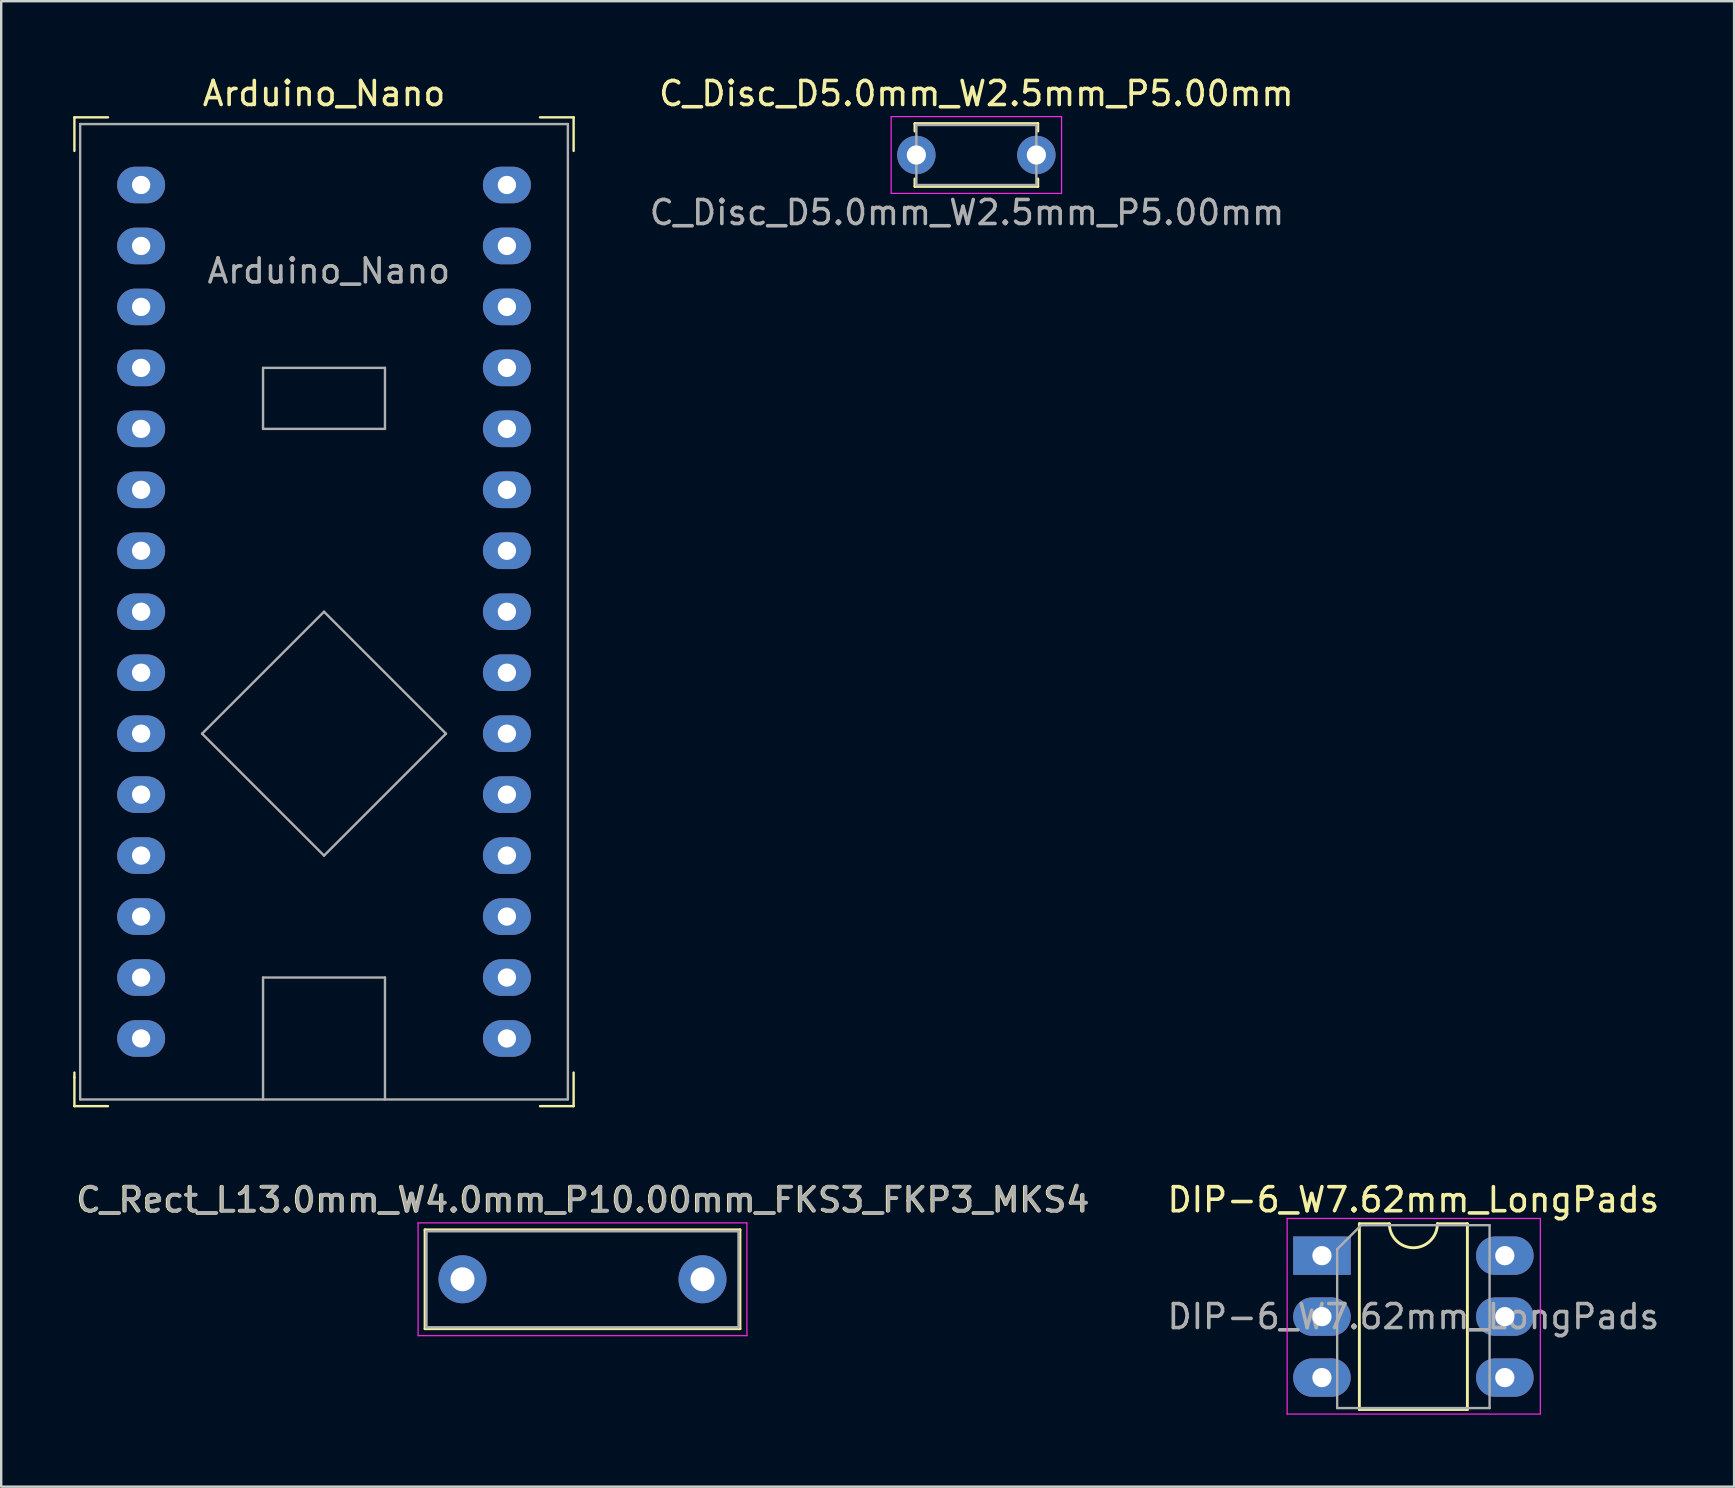
<source format=kicad_pcb>
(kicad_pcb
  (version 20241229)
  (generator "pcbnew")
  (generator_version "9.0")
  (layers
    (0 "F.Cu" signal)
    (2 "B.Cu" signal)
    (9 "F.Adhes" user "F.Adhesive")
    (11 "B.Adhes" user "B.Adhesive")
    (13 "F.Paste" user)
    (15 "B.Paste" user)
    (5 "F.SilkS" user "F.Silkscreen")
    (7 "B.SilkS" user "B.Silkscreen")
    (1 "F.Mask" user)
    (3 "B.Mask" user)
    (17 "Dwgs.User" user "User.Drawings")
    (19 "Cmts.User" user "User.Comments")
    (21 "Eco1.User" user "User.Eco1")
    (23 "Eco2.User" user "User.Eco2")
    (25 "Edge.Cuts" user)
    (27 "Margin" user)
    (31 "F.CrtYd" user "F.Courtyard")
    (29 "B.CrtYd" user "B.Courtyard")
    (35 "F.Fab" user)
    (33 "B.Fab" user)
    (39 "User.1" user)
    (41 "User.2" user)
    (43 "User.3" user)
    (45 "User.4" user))
  (footprint "DIP-6_W7.62mm_LongPads"
    (layer "F.Cu")
    (at 52.028 49.267)
    (property "Reference" "DIP-6_W7.62mm_LongPads" (at 3.81 -2.33 0) (layer "F.SilkS") (effects (font (size 1 1) (thickness 0.15))))
    (attr through_hole)
    (fp_line (start 1.56 -1.33) (end 1.56 6.41) (stroke (width 0.12) (type solid)) (layer "F.SilkS"))
    (fp_line (start 1.56 6.41) (end 6.06 6.41) (stroke (width 0.12) (type solid)) (layer "F.SilkS"))
    (fp_line (start 2.81 -1.33) (end 1.56 -1.33) (stroke (width 0.12) (type solid)) (layer "F.SilkS"))
    (fp_line (start 6.06 -1.33) (end 4.81 -1.33) (stroke (width 0.12) (type solid)) (layer "F.SilkS"))
    (fp_line (start 6.06 6.41) (end 6.06 -1.33) (stroke (width 0.12) (type solid)) (layer "F.SilkS"))
    (fp_arc (start 4.81 -1.33) (mid 3.81 -0.33) (end 2.81 -1.33) (stroke (width 0.12) (type solid)) (layer "F.SilkS"))
    (fp_line (start -1.45 -1.55) (end -1.45 6.6) (stroke (width 0.05) (type solid)) (layer "F.CrtYd"))
    (fp_line (start -1.45 6.6) (end 9.1 6.6) (stroke (width 0.05) (type solid)) (layer "F.CrtYd"))
    (fp_line (start 9.1 -1.55) (end -1.45 -1.55) (stroke (width 0.05) (type solid)) (layer "F.CrtYd"))
    (fp_line (start 9.1 6.6) (end 9.1 -1.55) (stroke (width 0.05) (type solid)) (layer "F.CrtYd"))
    (fp_line (start 0.635 -0.27) (end 1.635 -1.27) (stroke (width 0.1) (type solid)) (layer "F.Fab"))
    (fp_line (start 0.635 6.35) (end 0.635 -0.27) (stroke (width 0.1) (type solid)) (layer "F.Fab"))
    (fp_line (start 1.635 -1.27) (end 6.985 -1.27) (stroke (width 0.1) (type solid)) (layer "F.Fab"))
    (fp_line (start 6.985 -1.27) (end 6.985 6.35) (stroke (width 0.1) (type solid)) (layer "F.Fab"))
    (fp_line (start 6.985 6.35) (end 0.635 6.35) (stroke (width 0.1) (type solid)) (layer "F.Fab"))
    (fp_text user "${REFERENCE}" (at 3.81 2.54 0) (layer "F.Fab") (effects (font (size 1 1) (thickness 0.15))))
    (pad "1" thru_hole rect (at 0 0) (size 2.4 1.6) (drill 0.8) (layers "*.Cu" "*.Mask"))
    (pad "2" thru_hole oval (at 0 2.54) (size 2.4 1.6) (drill 0.8) (layers "*.Cu" "*.Mask"))
    (pad "3" thru_hole oval (at 0 5.08) (size 2.4 1.6) (drill 0.8) (layers "*.Cu" "*.Mask"))
    (pad "4" thru_hole oval (at 7.62 5.08) (size 2.4 1.6) (drill 0.8) (layers "*.Cu" "*.Mask"))
    (pad "5" thru_hole oval (at 7.62 2.54) (size 2.4 1.6) (drill 0.8) (layers "*.Cu" "*.Mask"))
    (pad "6" thru_hole oval (at 7.62 0) (size 2.4 1.6) (drill 0.8) (layers "*.Cu" "*.Mask")))
  (footprint "Arduino_Nano"
    (layer "F.Cu")
    (at 10.45 22.438)
    (property "Reference" "Arduino_Nano" (at 0 -21.59 0) (layer "F.SilkS") (effects (font (size 1 1) (thickness 0.15))))
    (attr through_hole)
    (fp_line (start -10.4 -20.6) (end -10.4 -19.2) (stroke (width 0.1) (type solid)) (layer "F.SilkS"))
    (fp_line (start -10.4 -20.6) (end -9 -20.6) (stroke (width 0.1) (type solid)) (layer "F.SilkS"))
    (fp_line (start -10.4 19.4) (end -10.4 19.2) (stroke (width 0.1) (type solid)) (layer "F.SilkS"))
    (fp_line (start -10.4 20.6) (end -10.4 19.4) (stroke (width 0.1) (type solid)) (layer "F.SilkS"))
    (fp_line (start -10.4 20.6) (end -9 20.6) (stroke (width 0.1) (type solid)) (layer "F.SilkS"))
    (fp_line (start 10.4 -20.6) (end 9 -20.6) (stroke (width 0.1) (type solid)) (layer "F.SilkS"))
    (fp_line (start 10.4 -20.6) (end 10.4 -19.2) (stroke (width 0.1) (type solid)) (layer "F.SilkS"))
    (fp_line (start 10.4 20.6) (end 9 20.6) (stroke (width 0.1) (type solid)) (layer "F.SilkS"))
    (fp_line (start 10.4 20.6) (end 10.4 19.2) (stroke (width 0.1) (type solid)) (layer "F.SilkS"))
    (fp_line (start -10.16 -20.32) (end 10.16 -20.32) (stroke (width 0.1) (type solid)) (layer "F.Fab"))
    (fp_line (start -10.16 20.32) (end -10.16 -20.32) (stroke (width 0.1) (type solid)) (layer "F.Fab"))
    (fp_line (start -5.08 5.08) (end 0 0) (stroke (width 0.1) (type solid)) (layer "F.Fab"))
    (fp_line (start -2.54 -10.16) (end 2.54 -10.16) (stroke (width 0.1) (type solid)) (layer "F.Fab"))
    (fp_line (start -2.54 -7.62) (end -2.54 -10.16) (stroke (width 0.1) (type solid)) (layer "F.Fab"))
    (fp_line (start -2.54 15.24) (end 2.54 15.24) (stroke (width 0.1) (type solid)) (layer "F.Fab"))
    (fp_line (start -2.54 20.32) (end -2.54 15.24) (stroke (width 0.1) (type solid)) (layer "F.Fab"))
    (fp_line (start 0 0) (end 5.08 5.08) (stroke (width 0.1) (type solid)) (layer "F.Fab"))
    (fp_line (start 0 10.16) (end -5.08 5.08) (stroke (width 0.1) (type solid)) (layer "F.Fab"))
    (fp_line (start 2.54 -10.16) (end 2.54 -7.62) (stroke (width 0.1) (type solid)) (layer "F.Fab"))
    (fp_line (start 2.54 -7.62) (end -2.54 -7.62) (stroke (width 0.1) (type solid)) (layer "F.Fab"))
    (fp_line (start 2.54 15.24) (end 2.54 20.32) (stroke (width 0.1) (type solid)) (layer "F.Fab"))
    (fp_line (start 5.08 5.08) (end 0 10.16) (stroke (width 0.1) (type solid)) (layer "F.Fab"))
    (fp_line (start 10.16 -20.32) (end 10.16 20.32) (stroke (width 0.1) (type solid)) (layer "F.Fab"))
    (fp_line (start 10.16 20.32) (end -10.16 20.32) (stroke (width 0.1) (type solid)) (layer "F.Fab"))
    (fp_text user "${REFERENCE}" (at 0.2 -14.2 0) (layer "F.Fab") (effects (font (size 1 1) (thickness 0.15))))
    (pad "1" thru_hole oval (at -7.62 -17.78) (size 2 1.524) (drill 0.762) (layers "*.Cu" "*.Mask"))
    (pad "2" thru_hole oval (at -7.62 -15.24) (size 2 1.524) (drill 0.762) (layers "*.Cu" "*.Mask"))
    (pad "3" thru_hole oval (at -7.62 -12.7) (size 2 1.524) (drill 0.762) (layers "*.Cu" "*.Mask"))
    (pad "4" thru_hole oval (at -7.62 -10.16) (size 2 1.524) (drill 0.762) (layers "*.Cu" "*.Mask"))
    (pad "5" thru_hole oval (at -7.62 -7.62) (size 2 1.524) (drill 0.762) (layers "*.Cu" "*.Mask"))
    (pad "6" thru_hole oval (at -7.62 -5.08) (size 2 1.524) (drill 0.762) (layers "*.Cu" "*.Mask"))
    (pad "7" thru_hole oval (at -7.62 -2.54) (size 2 1.524) (drill 0.762) (layers "*.Cu" "*.Mask"))
    (pad "8" thru_hole oval (at -7.62 0) (size 2 1.524) (drill 0.762) (layers "*.Cu" "*.Mask"))
    (pad "9" thru_hole oval (at -7.62 2.54) (size 2 1.524) (drill 0.762) (layers "*.Cu" "*.Mask"))
    (pad "10" thru_hole oval (at -7.62 5.08) (size 2 1.524) (drill 0.762) (layers "*.Cu" "*.Mask"))
    (pad "11" thru_hole oval (at -7.62 7.62) (size 2 1.524) (drill 0.762) (layers "*.Cu" "*.Mask"))
    (pad "12" thru_hole oval (at -7.62 10.16) (size 2 1.524) (drill 0.762) (layers "*.Cu" "*.Mask"))
    (pad "13" thru_hole oval (at -7.62 12.7) (size 2 1.524) (drill 0.762) (layers "*.Cu" "*.Mask"))
    (pad "14" thru_hole oval (at -7.62 15.24) (size 2 1.524) (drill 0.762) (layers "*.Cu" "*.Mask"))
    (pad "15" thru_hole oval (at -7.62 17.78) (size 2 1.524) (drill 0.762) (layers "*.Cu" "*.Mask"))
    (pad "16" thru_hole oval (at 7.62 17.78) (size 2 1.524) (drill 0.762) (layers "*.Cu" "*.Mask"))
    (pad "17" thru_hole oval (at 7.62 15.24) (size 2 1.524) (drill 0.762) (layers "*.Cu" "*.Mask"))
    (pad "18" thru_hole oval (at 7.62 12.7) (size 2 1.524) (drill 0.762) (layers "*.Cu" "*.Mask"))
    (pad "19" thru_hole oval (at 7.62 10.16) (size 2 1.524) (drill 0.762) (layers "*.Cu" "*.Mask"))
    (pad "20" thru_hole oval (at 7.62 7.62) (size 2 1.524) (drill 0.762) (layers "*.Cu" "*.Mask"))
    (pad "21" thru_hole oval (at 7.62 5.08) (size 2 1.524) (drill 0.762) (layers "*.Cu" "*.Mask"))
    (pad "22" thru_hole oval (at 7.62 2.54) (size 2 1.524) (drill 0.762) (layers "*.Cu" "*.Mask"))
    (pad "23" thru_hole oval (at 7.62 0) (size 2 1.524) (drill 0.762) (layers "*.Cu" "*.Mask"))
    (pad "24" thru_hole oval (at 7.62 -2.54) (size 2 1.524) (drill 0.762) (layers "*.Cu" "*.Mask"))
    (pad "25" thru_hole oval (at 7.62 -5.08) (size 2 1.524) (drill 0.762) (layers "*.Cu" "*.Mask"))
    (pad "26" thru_hole oval (at 7.62 -7.62) (size 2 1.524) (drill 0.762) (layers "*.Cu" "*.Mask"))
    (pad "27" thru_hole oval (at 7.62 -10.16) (size 2 1.524) (drill 0.762) (layers "*.Cu" "*.Mask"))
    (pad "28" thru_hole oval (at 7.62 -12.7) (size 2 1.524) (drill 0.762) (layers "*.Cu" "*.Mask"))
    (pad "29" thru_hole oval (at 7.62 -15.24) (size 2 1.524) (drill 0.762) (layers "*.Cu" "*.Mask"))
    (pad "30" thru_hole oval (at 7.62 -17.78) (size 2 1.524) (drill 0.762) (layers "*.Cu" "*.Mask")))
  (footprint "C_Rect_L13.0mm_W4.0mm_P10.00mm_FKS3_FKP3_MKS4"
    (layer "F.Cu")
    (at 16.22 50.251)
    (property "Reference" "C_Rect_L13.0mm_W4.0mm_P10.00mm_FKS3_FKP3_MKS4" (at 5 -3.31 0) (layer "F.SilkS") (effects (font (size 1 1) (thickness 0.15))))
    (attr through_hole)
    (fp_line (start -1.56 -2.06) (end -1.56 2.06) (stroke (width 0.12) (type solid)) (layer "F.SilkS"))
    (fp_line (start -1.56 -2.06) (end 11.56 -2.06) (stroke (width 0.12) (type solid)) (layer "F.SilkS"))
    (fp_line (start -1.56 2.06) (end 11.56 2.06) (stroke (width 0.12) (type solid)) (layer "F.SilkS"))
    (fp_line (start 11.56 -2.06) (end 11.56 2.06) (stroke (width 0.12) (type solid)) (layer "F.SilkS"))
    (fp_line (start -1.85 -2.35) (end -1.85 2.35) (stroke (width 0.05) (type solid)) (layer "F.CrtYd"))
    (fp_line (start -1.85 2.35) (end 11.85 2.35) (stroke (width 0.05) (type solid)) (layer "F.CrtYd"))
    (fp_line (start 11.85 -2.35) (end -1.85 -2.35) (stroke (width 0.05) (type solid)) (layer "F.CrtYd"))
    (fp_line (start 11.85 2.35) (end 11.85 -2.35) (stroke (width 0.05) (type solid)) (layer "F.CrtYd"))
    (fp_line (start -1.5 -2) (end -1.5 2) (stroke (width 0.1) (type solid)) (layer "F.Fab"))
    (fp_line (start -1.5 2) (end 11.5 2) (stroke (width 0.1) (type solid)) (layer "F.Fab"))
    (fp_line (start 11.5 -2) (end -1.5 -2) (stroke (width 0.1) (type solid)) (layer "F.Fab"))
    (fp_line (start 11.5 2) (end 11.5 -2) (stroke (width 0.1) (type solid)) (layer "F.Fab"))
    (fp_text user "${REFERENCE}" (at 5.034 -3.315 0) (layer "F.Fab") (effects (font (size 1 1) (thickness 0.15))))
    (pad "1" thru_hole circle (at 0 0) (size 2 2) (drill 1) (layers "*.Cu" "*.Mask"))
    (pad "2" thru_hole circle (at 10 0) (size 2 2) (drill 1) (layers "*.Cu" "*.Mask")))
  (footprint "C_Disc_D5.0mm_W2.5mm_P5.00mm"
    (layer "F.Cu")
    (at 35.13 3.408)
    (property "Reference" "C_Disc_D5.0mm_W2.5mm_P5.00mm" (at 2.5 -2.56 0) (layer "F.SilkS") (effects (font (size 1 1) (thickness 0.15))))
    (attr through_hole)
    (fp_line (start -0.06 -1.31) (end -0.06 -0.996) (stroke (width 0.12) (type solid)) (layer "F.SilkS"))
    (fp_line (start -0.06 -1.31) (end 5.06 -1.31) (stroke (width 0.12) (type solid)) (layer "F.SilkS"))
    (fp_line (start -0.06 0.996) (end -0.06 1.31) (stroke (width 0.12) (type solid)) (layer "F.SilkS"))
    (fp_line (start -0.06 1.31) (end 5.06 1.31) (stroke (width 0.12) (type solid)) (layer "F.SilkS"))
    (fp_line (start 5.06 -1.31) (end 5.06 -0.996) (stroke (width 0.12) (type solid)) (layer "F.SilkS"))
    (fp_line (start 5.06 0.996) (end 5.06 1.31) (stroke (width 0.12) (type solid)) (layer "F.SilkS"))
    (fp_line (start -1.05 -1.6) (end -1.05 1.6) (stroke (width 0.05) (type solid)) (layer "F.CrtYd"))
    (fp_line (start -1.05 1.6) (end 6.05 1.6) (stroke (width 0.05) (type solid)) (layer "F.CrtYd"))
    (fp_line (start 6.05 -1.6) (end -1.05 -1.6) (stroke (width 0.05) (type solid)) (layer "F.CrtYd"))
    (fp_line (start 6.05 1.6) (end 6.05 -1.6) (stroke (width 0.05) (type solid)) (layer "F.CrtYd"))
    (fp_line (start 0 -1.25) (end 0 1.25) (stroke (width 0.1) (type solid)) (layer "F.Fab"))
    (fp_line (start 0 1.25) (end 5 1.25) (stroke (width 0.1) (type solid)) (layer "F.Fab"))
    (fp_line (start 5 -1.25) (end 0 -1.25) (stroke (width 0.1) (type solid)) (layer "F.Fab"))
    (fp_line (start 5 1.25) (end 5 -1.25) (stroke (width 0.1) (type solid)) (layer "F.Fab"))
    (fp_text user "${REFERENCE}" (at 2.11 2.398 180) (layer "F.Fab") (effects (font (size 1 1) (thickness 0.15))))
    (pad "1" thru_hole circle (at 0 0) (size 1.6 1.6) (drill 0.8) (layers "*.Cu" "*.Mask"))
    (pad "2" thru_hole circle (at 5 0) (size 1.6 1.6) (drill 0.8) (layers "*.Cu" "*.Mask")))
  (gr_rect
    (start -3 -3)
    (end 69.201 58.892)
    (stroke (width 0.1) (type default))
    (fill no)
    (layer "Edge.Cuts")))
</source>
